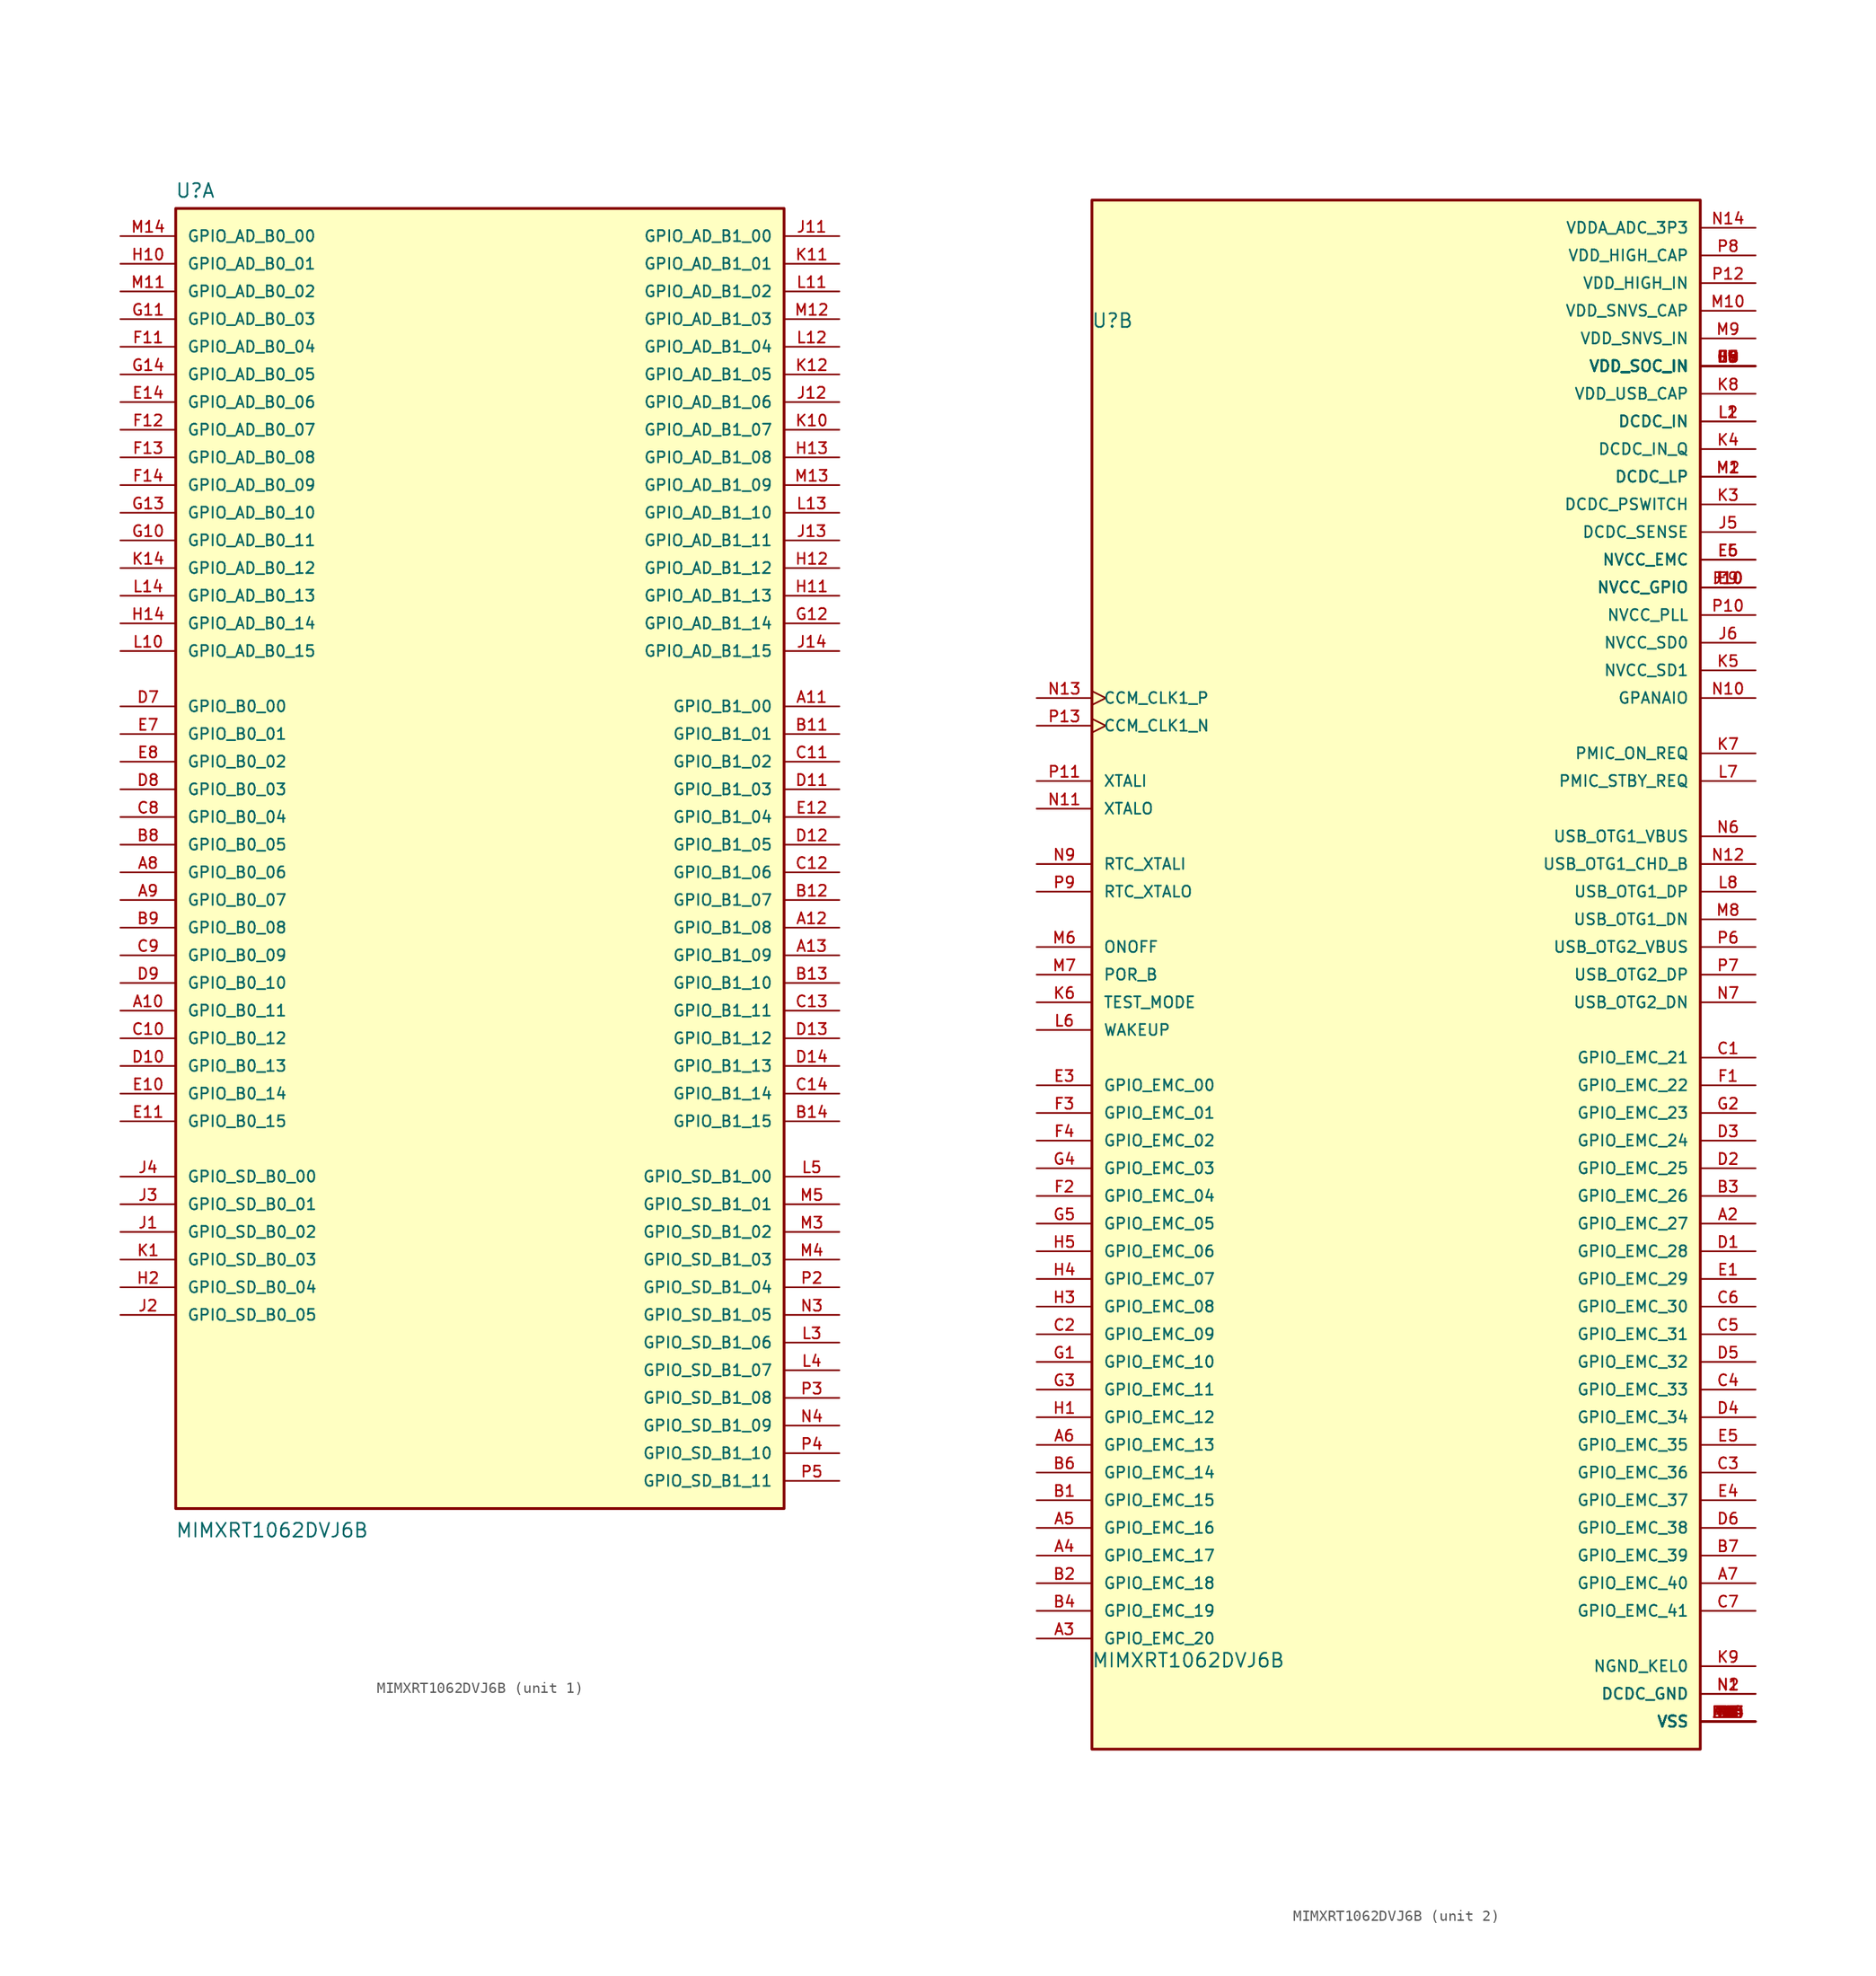
<source format=kicad_sym>
(kicad_symbol_lib
  (version 20211014)
  (generator kicad_symbol_editor)
  (symbol "MIMXRT1062DVJ6B"
    (pin_names
      (offset 1.016))
    (property "Reference" "U"
      (at -28.001 59.312 0)
      (effects (font (size 1.27 1.27)) (justify bottom left)))
    (property "Value" "MIMXRT1062DVJ6B"
      (at -27.986 -63.702 0)
      (effects (font (size 1.27 1.27)) (justify bottom left)))
    (symbol "MIMXRT1062DVJ6B_1_0"
      (rectangle (start -27.94 -60.96) (end 27.94 58.42) (stroke (width 0.254)) (fill (type background)))
      (pin bidirectional line (at -33.02 55.88 0) (length 5.08) (name "GPIO_AD_B0_00" (effects (font (size 1.016 1.016)))) (number "M14" (effects (font (size 1.016 1.016)))))
      (pin bidirectional line (at -33.02 53.34 0) (length 5.08) (name "GPIO_AD_B0_01" (effects (font (size 1.016 1.016)))) (number "H10" (effects (font (size 1.016 1.016)))))
      (pin bidirectional line (at -33.02 50.8 0) (length 5.08) (name "GPIO_AD_B0_02" (effects (font (size 1.016 1.016)))) (number "M11" (effects (font (size 1.016 1.016)))))
      (pin bidirectional line (at -33.02 48.26 0) (length 5.08) (name "GPIO_AD_B0_03" (effects (font (size 1.016 1.016)))) (number "G11" (effects (font (size 1.016 1.016)))))
      (pin bidirectional line (at -33.02 45.72 0) (length 5.08) (name "GPIO_AD_B0_04" (effects (font (size 1.016 1.016)))) (number "F11" (effects (font (size 1.016 1.016)))))
      (pin bidirectional line (at -33.02 43.18 0) (length 5.08) (name "GPIO_AD_B0_05" (effects (font (size 1.016 1.016)))) (number "G14" (effects (font (size 1.016 1.016)))))
      (pin bidirectional line (at -33.02 40.64 0) (length 5.08) (name "GPIO_AD_B0_06" (effects (font (size 1.016 1.016)))) (number "E14" (effects (font (size 1.016 1.016)))))
      (pin bidirectional line (at -33.02 38.1 0) (length 5.08) (name "GPIO_AD_B0_07" (effects (font (size 1.016 1.016)))) (number "F12" (effects (font (size 1.016 1.016)))))
      (pin bidirectional line (at -33.02 35.56 0) (length 5.08) (name "GPIO_AD_B0_08" (effects (font (size 1.016 1.016)))) (number "F13" (effects (font (size 1.016 1.016)))))
      (pin bidirectional line (at -33.02 33.02 0) (length 5.08) (name "GPIO_AD_B0_09" (effects (font (size 1.016 1.016)))) (number "F14" (effects (font (size 1.016 1.016)))))
      (pin bidirectional line (at -33.02 30.48 0) (length 5.08) (name "GPIO_AD_B0_10" (effects (font (size 1.016 1.016)))) (number "G13" (effects (font (size 1.016 1.016)))))
      (pin bidirectional line (at -33.02 27.94 0) (length 5.08) (name "GPIO_AD_B0_11" (effects (font (size 1.016 1.016)))) (number "G10" (effects (font (size 1.016 1.016)))))
      (pin bidirectional line (at -33.02 25.4 0) (length 5.08) (name "GPIO_AD_B0_12" (effects (font (size 1.016 1.016)))) (number "K14" (effects (font (size 1.016 1.016)))))
      (pin bidirectional line (at -33.02 22.86 0) (length 5.08) (name "GPIO_AD_B0_13" (effects (font (size 1.016 1.016)))) (number "L14" (effects (font (size 1.016 1.016)))))
      (pin bidirectional line (at -33.02 20.32 0) (length 5.08) (name "GPIO_AD_B0_14" (effects (font (size 1.016 1.016)))) (number "H14" (effects (font (size 1.016 1.016)))))
      (pin bidirectional line (at -33.02 17.78 0) (length 5.08) (name "GPIO_AD_B0_15" (effects (font (size 1.016 1.016)))) (number "L10" (effects (font (size 1.016 1.016)))))
      (pin bidirectional line (at 33.02 55.88 180.0) (length 5.08) (name "GPIO_AD_B1_00" (effects (font (size 1.016 1.016)))) (number "J11" (effects (font (size 1.016 1.016)))))
      (pin bidirectional line (at 33.02 53.34 180.0) (length 5.08) (name "GPIO_AD_B1_01" (effects (font (size 1.016 1.016)))) (number "K11" (effects (font (size 1.016 1.016)))))
      (pin bidirectional line (at 33.02 50.8 180.0) (length 5.08) (name "GPIO_AD_B1_02" (effects (font (size 1.016 1.016)))) (number "L11" (effects (font (size 1.016 1.016)))))
      (pin bidirectional line (at 33.02 48.26 180.0) (length 5.08) (name "GPIO_AD_B1_03" (effects (font (size 1.016 1.016)))) (number "M12" (effects (font (size 1.016 1.016)))))
      (pin bidirectional line (at 33.02 45.72 180.0) (length 5.08) (name "GPIO_AD_B1_04" (effects (font (size 1.016 1.016)))) (number "L12" (effects (font (size 1.016 1.016)))))
      (pin bidirectional line (at 33.02 43.18 180.0) (length 5.08) (name "GPIO_AD_B1_05" (effects (font (size 1.016 1.016)))) (number "K12" (effects (font (size 1.016 1.016)))))
      (pin bidirectional line (at 33.02 40.64 180.0) (length 5.08) (name "GPIO_AD_B1_06" (effects (font (size 1.016 1.016)))) (number "J12" (effects (font (size 1.016 1.016)))))
      (pin bidirectional line (at 33.02 38.1 180.0) (length 5.08) (name "GPIO_AD_B1_07" (effects (font (size 1.016 1.016)))) (number "K10" (effects (font (size 1.016 1.016)))))
      (pin bidirectional line (at 33.02 35.56 180.0) (length 5.08) (name "GPIO_AD_B1_08" (effects (font (size 1.016 1.016)))) (number "H13" (effects (font (size 1.016 1.016)))))
      (pin bidirectional line (at 33.02 33.02 180.0) (length 5.08) (name "GPIO_AD_B1_09" (effects (font (size 1.016 1.016)))) (number "M13" (effects (font (size 1.016 1.016)))))
      (pin bidirectional line (at 33.02 30.48 180.0) (length 5.08) (name "GPIO_AD_B1_10" (effects (font (size 1.016 1.016)))) (number "L13" (effects (font (size 1.016 1.016)))))
      (pin bidirectional line (at 33.02 27.94 180.0) (length 5.08) (name "GPIO_AD_B1_11" (effects (font (size 1.016 1.016)))) (number "J13" (effects (font (size 1.016 1.016)))))
      (pin bidirectional line (at 33.02 25.4 180.0) (length 5.08) (name "GPIO_AD_B1_12" (effects (font (size 1.016 1.016)))) (number "H12" (effects (font (size 1.016 1.016)))))
      (pin bidirectional line (at 33.02 22.86 180.0) (length 5.08) (name "GPIO_AD_B1_13" (effects (font (size 1.016 1.016)))) (number "H11" (effects (font (size 1.016 1.016)))))
      (pin bidirectional line (at 33.02 20.32 180.0) (length 5.08) (name "GPIO_AD_B1_14" (effects (font (size 1.016 1.016)))) (number "G12" (effects (font (size 1.016 1.016)))))
      (pin bidirectional line (at 33.02 17.78 180.0) (length 5.08) (name "GPIO_AD_B1_15" (effects (font (size 1.016 1.016)))) (number "J14" (effects (font (size 1.016 1.016)))))
      (pin bidirectional line (at -33.02 12.7 0) (length 5.08) (name "GPIO_B0_00" (effects (font (size 1.016 1.016)))) (number "D7" (effects (font (size 1.016 1.016)))))
      (pin bidirectional line (at -33.02 10.16 0) (length 5.08) (name "GPIO_B0_01" (effects (font (size 1.016 1.016)))) (number "E7" (effects (font (size 1.016 1.016)))))
      (pin bidirectional line (at -33.02 7.62 0) (length 5.08) (name "GPIO_B0_02" (effects (font (size 1.016 1.016)))) (number "E8" (effects (font (size 1.016 1.016)))))
      (pin bidirectional line (at -33.02 5.08 0) (length 5.08) (name "GPIO_B0_03" (effects (font (size 1.016 1.016)))) (number "D8" (effects (font (size 1.016 1.016)))))
      (pin bidirectional line (at -33.02 2.54 0) (length 5.08) (name "GPIO_B0_04" (effects (font (size 1.016 1.016)))) (number "C8" (effects (font (size 1.016 1.016)))))
      (pin bidirectional line (at -33.02 0.0 0) (length 5.08) (name "GPIO_B0_05" (effects (font (size 1.016 1.016)))) (number "B8" (effects (font (size 1.016 1.016)))))
      (pin bidirectional line (at -33.02 -2.54 0) (length 5.08) (name "GPIO_B0_06" (effects (font (size 1.016 1.016)))) (number "A8" (effects (font (size 1.016 1.016)))))
      (pin bidirectional line (at -33.02 -5.08 0) (length 5.08) (name "GPIO_B0_07" (effects (font (size 1.016 1.016)))) (number "A9" (effects (font (size 1.016 1.016)))))
      (pin bidirectional line (at -33.02 -7.62 0) (length 5.08) (name "GPIO_B0_08" (effects (font (size 1.016 1.016)))) (number "B9" (effects (font (size 1.016 1.016)))))
      (pin bidirectional line (at -33.02 -10.16 0) (length 5.08) (name "GPIO_B0_09" (effects (font (size 1.016 1.016)))) (number "C9" (effects (font (size 1.016 1.016)))))
      (pin bidirectional line (at -33.02 -12.7 0) (length 5.08) (name "GPIO_B0_10" (effects (font (size 1.016 1.016)))) (number "D9" (effects (font (size 1.016 1.016)))))
      (pin bidirectional line (at -33.02 -15.24 0) (length 5.08) (name "GPIO_B0_11" (effects (font (size 1.016 1.016)))) (number "A10" (effects (font (size 1.016 1.016)))))
      (pin bidirectional line (at -33.02 -17.78 0) (length 5.08) (name "GPIO_B0_12" (effects (font (size 1.016 1.016)))) (number "C10" (effects (font (size 1.016 1.016)))))
      (pin bidirectional line (at -33.02 -20.32 0) (length 5.08) (name "GPIO_B0_13" (effects (font (size 1.016 1.016)))) (number "D10" (effects (font (size 1.016 1.016)))))
      (pin bidirectional line (at -33.02 -22.86 0) (length 5.08) (name "GPIO_B0_14" (effects (font (size 1.016 1.016)))) (number "E10" (effects (font (size 1.016 1.016)))))
      (pin bidirectional line (at -33.02 -25.4 0) (length 5.08) (name "GPIO_B0_15" (effects (font (size 1.016 1.016)))) (number "E11" (effects (font (size 1.016 1.016)))))
      (pin bidirectional line (at 33.02 12.7 180.0) (length 5.08) (name "GPIO_B1_00" (effects (font (size 1.016 1.016)))) (number "A11" (effects (font (size 1.016 1.016)))))
      (pin bidirectional line (at 33.02 10.16 180.0) (length 5.08) (name "GPIO_B1_01" (effects (font (size 1.016 1.016)))) (number "B11" (effects (font (size 1.016 1.016)))))
      (pin bidirectional line (at 33.02 7.62 180.0) (length 5.08) (name "GPIO_B1_02" (effects (font (size 1.016 1.016)))) (number "C11" (effects (font (size 1.016 1.016)))))
      (pin bidirectional line (at 33.02 5.08 180.0) (length 5.08) (name "GPIO_B1_03" (effects (font (size 1.016 1.016)))) (number "D11" (effects (font (size 1.016 1.016)))))
      (pin bidirectional line (at 33.02 2.54 180.0) (length 5.08) (name "GPIO_B1_04" (effects (font (size 1.016 1.016)))) (number "E12" (effects (font (size 1.016 1.016)))))
      (pin bidirectional line (at 33.02 0.0 180.0) (length 5.08) (name "GPIO_B1_05" (effects (font (size 1.016 1.016)))) (number "D12" (effects (font (size 1.016 1.016)))))
      (pin bidirectional line (at 33.02 -2.54 180.0) (length 5.08) (name "GPIO_B1_06" (effects (font (size 1.016 1.016)))) (number "C12" (effects (font (size 1.016 1.016)))))
      (pin bidirectional line (at 33.02 -5.08 180.0) (length 5.08) (name "GPIO_B1_07" (effects (font (size 1.016 1.016)))) (number "B12" (effects (font (size 1.016 1.016)))))
      (pin bidirectional line (at 33.02 -7.62 180.0) (length 5.08) (name "GPIO_B1_08" (effects (font (size 1.016 1.016)))) (number "A12" (effects (font (size 1.016 1.016)))))
      (pin bidirectional line (at 33.02 -10.16 180.0) (length 5.08) (name "GPIO_B1_09" (effects (font (size 1.016 1.016)))) (number "A13" (effects (font (size 1.016 1.016)))))
      (pin bidirectional line (at 33.02 -12.7 180.0) (length 5.08) (name "GPIO_B1_10" (effects (font (size 1.016 1.016)))) (number "B13" (effects (font (size 1.016 1.016)))))
      (pin bidirectional line (at 33.02 -15.24 180.0) (length 5.08) (name "GPIO_B1_11" (effects (font (size 1.016 1.016)))) (number "C13" (effects (font (size 1.016 1.016)))))
      (pin bidirectional line (at 33.02 -17.78 180.0) (length 5.08) (name "GPIO_B1_12" (effects (font (size 1.016 1.016)))) (number "D13" (effects (font (size 1.016 1.016)))))
      (pin bidirectional line (at 33.02 -20.32 180.0) (length 5.08) (name "GPIO_B1_13" (effects (font (size 1.016 1.016)))) (number "D14" (effects (font (size 1.016 1.016)))))
      (pin bidirectional line (at 33.02 -22.86 180.0) (length 5.08) (name "GPIO_B1_14" (effects (font (size 1.016 1.016)))) (number "C14" (effects (font (size 1.016 1.016)))))
      (pin bidirectional line (at 33.02 -25.4 180.0) (length 5.08) (name "GPIO_B1_15" (effects (font (size 1.016 1.016)))) (number "B14" (effects (font (size 1.016 1.016)))))
      (pin bidirectional line (at -33.02 -30.48 0) (length 5.08) (name "GPIO_SD_B0_00" (effects (font (size 1.016 1.016)))) (number "J4" (effects (font (size 1.016 1.016)))))
      (pin bidirectional line (at -33.02 -33.02 0) (length 5.08) (name "GPIO_SD_B0_01" (effects (font (size 1.016 1.016)))) (number "J3" (effects (font (size 1.016 1.016)))))
      (pin bidirectional line (at -33.02 -35.56 0) (length 5.08) (name "GPIO_SD_B0_02" (effects (font (size 1.016 1.016)))) (number "J1" (effects (font (size 1.016 1.016)))))
      (pin bidirectional line (at -33.02 -38.1 0) (length 5.08) (name "GPIO_SD_B0_03" (effects (font (size 1.016 1.016)))) (number "K1" (effects (font (size 1.016 1.016)))))
      (pin bidirectional line (at -33.02 -40.64 0) (length 5.08) (name "GPIO_SD_B0_04" (effects (font (size 1.016 1.016)))) (number "H2" (effects (font (size 1.016 1.016)))))
      (pin bidirectional line (at -33.02 -43.18 0) (length 5.08) (name "GPIO_SD_B0_05" (effects (font (size 1.016 1.016)))) (number "J2" (effects (font (size 1.016 1.016)))))
      (pin bidirectional line (at 33.02 -30.48 180.0) (length 5.08) (name "GPIO_SD_B1_00" (effects (font (size 1.016 1.016)))) (number "L5" (effects (font (size 1.016 1.016)))))
      (pin bidirectional line (at 33.02 -33.02 180.0) (length 5.08) (name "GPIO_SD_B1_01" (effects (font (size 1.016 1.016)))) (number "M5" (effects (font (size 1.016 1.016)))))
      (pin bidirectional line (at 33.02 -35.56 180.0) (length 5.08) (name "GPIO_SD_B1_02" (effects (font (size 1.016 1.016)))) (number "M3" (effects (font (size 1.016 1.016)))))
      (pin bidirectional line (at 33.02 -38.1 180.0) (length 5.08) (name "GPIO_SD_B1_03" (effects (font (size 1.016 1.016)))) (number "M4" (effects (font (size 1.016 1.016)))))
      (pin bidirectional line (at 33.02 -40.64 180.0) (length 5.08) (name "GPIO_SD_B1_04" (effects (font (size 1.016 1.016)))) (number "P2" (effects (font (size 1.016 1.016)))))
      (pin bidirectional line (at 33.02 -43.18 180.0) (length 5.08) (name "GPIO_SD_B1_05" (effects (font (size 1.016 1.016)))) (number "N3" (effects (font (size 1.016 1.016)))))
      (pin bidirectional line (at 33.02 -45.72 180.0) (length 5.08) (name "GPIO_SD_B1_06" (effects (font (size 1.016 1.016)))) (number "L3" (effects (font (size 1.016 1.016)))))
      (pin bidirectional line (at 33.02 -48.26 180.0) (length 5.08) (name "GPIO_SD_B1_07" (effects (font (size 1.016 1.016)))) (number "L4" (effects (font (size 1.016 1.016)))))
      (pin bidirectional line (at 33.02 -50.8 180.0) (length 5.08) (name "GPIO_SD_B1_08" (effects (font (size 1.016 1.016)))) (number "P3" (effects (font (size 1.016 1.016)))))
      (pin bidirectional line (at 33.02 -53.34 180.0) (length 5.08) (name "GPIO_SD_B1_09" (effects (font (size 1.016 1.016)))) (number "N4" (effects (font (size 1.016 1.016)))))
      (pin bidirectional line (at 33.02 -55.88 180.0) (length 5.08) (name "GPIO_SD_B1_10" (effects (font (size 1.016 1.016)))) (number "P4" (effects (font (size 1.016 1.016)))))
      (pin bidirectional line (at 33.02 -58.42 180.0) (length 5.08) (name "GPIO_SD_B1_11" (effects (font (size 1.016 1.016)))) (number "P5" (effects (font (size 1.016 1.016))))))
    (symbol "MIMXRT1062DVJ6B_2_0"
      (rectangle (start -27.94 -71.12) (end 27.94 71.12) (stroke (width 0.254)) (fill (type background)))
      (pin power_in line (at 33.02 33.02 180.0) (length 5.08) (name "NVCC_PLL" (effects (font (size 1.016 1.016)))) (number "P10" (effects (font (size 1.016 1.016)))))
      (pin power_in line (at 33.02 35.56 180.0) (length 5.08) (name "NVCC_GPIO" (effects (font (size 1.016 1.016)))) (number "E9" (effects (font (size 1.016 1.016)))))
      (pin power_in line (at 33.02 35.56 180.0) (length 5.08) (name "NVCC_GPIO" (effects (font (size 1.016 1.016)))) (number "F10" (effects (font (size 1.016 1.016)))))
      (pin power_in line (at 33.02 35.56 180.0) (length 5.08) (name "NVCC_GPIO" (effects (font (size 1.016 1.016)))) (number "J10" (effects (font (size 1.016 1.016)))))
      (pin power_in line (at 33.02 -63.5 180.0) (length 5.08) (name "NGND_KEL0" (effects (font (size 1.016 1.016)))) (number "K9" (effects (font (size 1.016 1.016)))))
      (pin power_in line (at 33.02 38.1 180.0) (length 5.08) (name "NVCC_EMC" (effects (font (size 1.016 1.016)))) (number "E6" (effects (font (size 1.016 1.016)))))
      (pin power_in line (at 33.02 38.1 180.0) (length 5.08) (name "NVCC_EMC" (effects (font (size 1.016 1.016)))) (number "F5" (effects (font (size 1.016 1.016)))))
      (pin power_in line (at 33.02 25.4 180.0) (length 5.08) (name "GPANAIO" (effects (font (size 1.016 1.016)))) (number "N10" (effects (font (size 1.016 1.016)))))
      (pin power_in line (at 33.02 40.64 180.0) (length 5.08) (name "DCDC_SENSE" (effects (font (size 1.016 1.016)))) (number "J5" (effects (font (size 1.016 1.016)))))
      (pin power_in line (at 33.02 43.18 180.0) (length 5.08) (name "DCDC_PSWITCH" (effects (font (size 1.016 1.016)))) (number "K3" (effects (font (size 1.016 1.016)))))
      (pin power_in line (at 33.02 45.72 180.0) (length 5.08) (name "DCDC_LP" (effects (font (size 1.016 1.016)))) (number "M1" (effects (font (size 1.016 1.016)))))
      (pin power_in line (at 33.02 45.72 180.0) (length 5.08) (name "DCDC_LP" (effects (font (size 1.016 1.016)))) (number "M2" (effects (font (size 1.016 1.016)))))
      (pin power_in line (at 33.02 -66.04 180.0) (length 5.08) (name "DCDC_GND" (effects (font (size 1.016 1.016)))) (number "N1" (effects (font (size 1.016 1.016)))))
      (pin power_in line (at 33.02 -66.04 180.0) (length 5.08) (name "DCDC_GND" (effects (font (size 1.016 1.016)))) (number "N2" (effects (font (size 1.016 1.016)))))
      (pin power_in line (at 33.02 48.26 180.0) (length 5.08) (name "DCDC_IN_Q" (effects (font (size 1.016 1.016)))) (number "K4" (effects (font (size 1.016 1.016)))))
      (pin power_in line (at 33.02 50.8 180.0) (length 5.08) (name "DCDC_IN" (effects (font (size 1.016 1.016)))) (number "L1" (effects (font (size 1.016 1.016)))))
      (pin power_in line (at 33.02 50.8 180.0) (length 5.08) (name "DCDC_IN" (effects (font (size 1.016 1.016)))) (number "L2" (effects (font (size 1.016 1.016)))))
      (pin power_in line (at 33.02 30.48 180.0) (length 5.08) (name "NVCC_SD0" (effects (font (size 1.016 1.016)))) (number "J6" (effects (font (size 1.016 1.016)))))
      (pin power_in line (at 33.02 27.94 180.0) (length 5.08) (name "NVCC_SD1" (effects (font (size 1.016 1.016)))) (number "K5" (effects (font (size 1.016 1.016)))))
      (pin power_in line (at 33.02 68.58 180.0) (length 5.08) (name "VDDA_ADC_3P3" (effects (font (size 1.016 1.016)))) (number "N14" (effects (font (size 1.016 1.016)))))
      (pin power_in line (at 33.02 66.04 180.0) (length 5.08) (name "VDD_HIGH_CAP" (effects (font (size 1.016 1.016)))) (number "P8" (effects (font (size 1.016 1.016)))))
      (pin power_in line (at 33.02 63.5 180.0) (length 5.08) (name "VDD_HIGH_IN" (effects (font (size 1.016 1.016)))) (number "P12" (effects (font (size 1.016 1.016)))))
      (pin power_in line (at 33.02 60.96 180.0) (length 5.08) (name "VDD_SNVS_CAP" (effects (font (size 1.016 1.016)))) (number "M10" (effects (font (size 1.016 1.016)))))
      (pin power_in line (at 33.02 58.42 180.0) (length 5.08) (name "VDD_SNVS_IN" (effects (font (size 1.016 1.016)))) (number "M9" (effects (font (size 1.016 1.016)))))
      (pin power_in line (at 33.02 55.88 180.0) (length 5.08) (name "VDD_SOC_IN" (effects (font (size 1.016 1.016)))) (number "F6" (effects (font (size 1.016 1.016)))))
      (pin power_in line (at 33.02 55.88 180.0) (length 5.08) (name "VDD_SOC_IN" (effects (font (size 1.016 1.016)))) (number "F7" (effects (font (size 1.016 1.016)))))
      (pin power_in line (at 33.02 55.88 180.0) (length 5.08) (name "VDD_SOC_IN" (effects (font (size 1.016 1.016)))) (number "F8" (effects (font (size 1.016 1.016)))))
      (pin power_in line (at 33.02 55.88 180.0) (length 5.08) (name "VDD_SOC_IN" (effects (font (size 1.016 1.016)))) (number "F9" (effects (font (size 1.016 1.016)))))
      (pin power_in line (at 33.02 55.88 180.0) (length 5.08) (name "VDD_SOC_IN" (effects (font (size 1.016 1.016)))) (number "G6" (effects (font (size 1.016 1.016)))))
      (pin power_in line (at 33.02 55.88 180.0) (length 5.08) (name "VDD_SOC_IN" (effects (font (size 1.016 1.016)))) (number "G9" (effects (font (size 1.016 1.016)))))
      (pin power_in line (at 33.02 55.88 180.0) (length 5.08) (name "VDD_SOC_IN" (effects (font (size 1.016 1.016)))) (number "H6" (effects (font (size 1.016 1.016)))))
      (pin power_in line (at 33.02 55.88 180.0) (length 5.08) (name "VDD_SOC_IN" (effects (font (size 1.016 1.016)))) (number "H9" (effects (font (size 1.016 1.016)))))
      (pin power_in line (at 33.02 55.88 180.0) (length 5.08) (name "VDD_SOC_IN" (effects (font (size 1.016 1.016)))) (number "J9" (effects (font (size 1.016 1.016)))))
      (pin power_in line (at 33.02 53.34 180.0) (length 5.08) (name "VDD_USB_CAP" (effects (font (size 1.016 1.016)))) (number "K8" (effects (font (size 1.016 1.016)))))
      (pin power_in line (at 33.02 -68.58 180.0) (length 5.08) (name "VSS" (effects (font (size 1.016 1.016)))) (number "A1" (effects (font (size 1.016 1.016)))))
      (pin power_in line (at 33.02 -68.58 180.0) (length 5.08) (name "VSS" (effects (font (size 1.016 1.016)))) (number "A14" (effects (font (size 1.016 1.016)))))
      (pin power_in line (at 33.02 -68.58 180.0) (length 5.08) (name "VSS" (effects (font (size 1.016 1.016)))) (number "B5" (effects (font (size 1.016 1.016)))))
      (pin power_in line (at 33.02 -68.58 180.0) (length 5.08) (name "VSS" (effects (font (size 1.016 1.016)))) (number "B10" (effects (font (size 1.016 1.016)))))
      (pin power_in line (at 33.02 -68.58 180.0) (length 5.08) (name "VSS" (effects (font (size 1.016 1.016)))) (number "E2" (effects (font (size 1.016 1.016)))))
      (pin power_in line (at 33.02 -68.58 180.0) (length 5.08) (name "VSS" (effects (font (size 1.016 1.016)))) (number "E13" (effects (font (size 1.016 1.016)))))
      (pin power_in line (at 33.02 -68.58 180.0) (length 5.08) (name "VSS" (effects (font (size 1.016 1.016)))) (number "G7" (effects (font (size 1.016 1.016)))))
      (pin power_in line (at 33.02 -68.58 180.0) (length 5.08) (name "VSS" (effects (font (size 1.016 1.016)))) (number "G8" (effects (font (size 1.016 1.016)))))
      (pin power_in line (at 33.02 -68.58 180.0) (length 5.08) (name "VSS" (effects (font (size 1.016 1.016)))) (number "H7" (effects (font (size 1.016 1.016)))))
      (pin power_in line (at 33.02 -68.58 180.0) (length 5.08) (name "VSS" (effects (font (size 1.016 1.016)))) (number "H8" (effects (font (size 1.016 1.016)))))
      (pin power_in line (at 33.02 -68.58 180.0) (length 5.08) (name "VSS" (effects (font (size 1.016 1.016)))) (number "J7" (effects (font (size 1.016 1.016)))))
      (pin power_in line (at 33.02 -68.58 180.0) (length 5.08) (name "VSS" (effects (font (size 1.016 1.016)))) (number "J8" (effects (font (size 1.016 1.016)))))
      (pin power_in line (at 33.02 -68.58 180.0) (length 5.08) (name "VSS" (effects (font (size 1.016 1.016)))) (number "K2" (effects (font (size 1.016 1.016)))))
      (pin power_in line (at 33.02 -68.58 180.0) (length 5.08) (name "VSS" (effects (font (size 1.016 1.016)))) (number "K13" (effects (font (size 1.016 1.016)))))
      (pin power_in line (at 33.02 -68.58 180.0) (length 5.08) (name "VSS" (effects (font (size 1.016 1.016)))) (number "L9" (effects (font (size 1.016 1.016)))))
      (pin power_in line (at 33.02 -68.58 180.0) (length 5.08) (name "VSS" (effects (font (size 1.016 1.016)))) (number "N5" (effects (font (size 1.016 1.016)))))
      (pin power_in line (at 33.02 -68.58 180.0) (length 5.08) (name "VSS" (effects (font (size 1.016 1.016)))) (number "N8" (effects (font (size 1.016 1.016)))))
      (pin power_in line (at 33.02 -68.58 180.0) (length 5.08) (name "VSS" (effects (font (size 1.016 1.016)))) (number "P1" (effects (font (size 1.016 1.016)))))
      (pin power_in line (at 33.02 -68.58 180.0) (length 5.08) (name "VSS" (effects (font (size 1.016 1.016)))) (number "P14" (effects (font (size 1.016 1.016)))))
      (pin input clock (at -33.02 22.86 0) (length 5.08) (name "CCM_CLK1_N" (effects (font (size 1.016 1.016)))) (number "P13" (effects (font (size 1.016 1.016)))))
      (pin input clock (at -33.02 25.4 0) (length 5.08) (name "CCM_CLK1_P" (effects (font (size 1.016 1.016)))) (number "N13" (effects (font (size 1.016 1.016)))))
      (pin bidirectional line (at -33.02 -10.16 0) (length 5.08) (name "GPIO_EMC_00" (effects (font (size 1.016 1.016)))) (number "E3" (effects (font (size 1.016 1.016)))))
      (pin bidirectional line (at -33.02 -12.7 0) (length 5.08) (name "GPIO_EMC_01" (effects (font (size 1.016 1.016)))) (number "F3" (effects (font (size 1.016 1.016)))))
      (pin bidirectional line (at -33.02 -15.24 0) (length 5.08) (name "GPIO_EMC_02" (effects (font (size 1.016 1.016)))) (number "F4" (effects (font (size 1.016 1.016)))))
      (pin bidirectional line (at -33.02 -17.78 0) (length 5.08) (name "GPIO_EMC_03" (effects (font (size 1.016 1.016)))) (number "G4" (effects (font (size 1.016 1.016)))))
      (pin bidirectional line (at -33.02 -20.32 0) (length 5.08) (name "GPIO_EMC_04" (effects (font (size 1.016 1.016)))) (number "F2" (effects (font (size 1.016 1.016)))))
      (pin bidirectional line (at -33.02 -22.86 0) (length 5.08) (name "GPIO_EMC_05" (effects (font (size 1.016 1.016)))) (number "G5" (effects (font (size 1.016 1.016)))))
      (pin bidirectional line (at -33.02 -25.4 0) (length 5.08) (name "GPIO_EMC_06" (effects (font (size 1.016 1.016)))) (number "H5" (effects (font (size 1.016 1.016)))))
      (pin bidirectional line (at -33.02 -27.94 0) (length 5.08) (name "GPIO_EMC_07" (effects (font (size 1.016 1.016)))) (number "H4" (effects (font (size 1.016 1.016)))))
      (pin bidirectional line (at -33.02 -30.48 0) (length 5.08) (name "GPIO_EMC_08" (effects (font (size 1.016 1.016)))) (number "H3" (effects (font (size 1.016 1.016)))))
      (pin bidirectional line (at -33.02 -33.02 0) (length 5.08) (name "GPIO_EMC_09" (effects (font (size 1.016 1.016)))) (number "C2" (effects (font (size 1.016 1.016)))))
      (pin bidirectional line (at -33.02 -35.56 0) (length 5.08) (name "GPIO_EMC_10" (effects (font (size 1.016 1.016)))) (number "G1" (effects (font (size 1.016 1.016)))))
      (pin bidirectional line (at -33.02 -38.1 0) (length 5.08) (name "GPIO_EMC_11" (effects (font (size 1.016 1.016)))) (number "G3" (effects (font (size 1.016 1.016)))))
      (pin bidirectional line (at -33.02 -40.64 0) (length 5.08) (name "GPIO_EMC_12" (effects (font (size 1.016 1.016)))) (number "H1" (effects (font (size 1.016 1.016)))))
      (pin bidirectional line (at -33.02 -43.18 0) (length 5.08) (name "GPIO_EMC_13" (effects (font (size 1.016 1.016)))) (number "A6" (effects (font (size 1.016 1.016)))))
      (pin bidirectional line (at -33.02 -45.72 0) (length 5.08) (name "GPIO_EMC_14" (effects (font (size 1.016 1.016)))) (number "B6" (effects (font (size 1.016 1.016)))))
      (pin bidirectional line (at -33.02 -48.26 0) (length 5.08) (name "GPIO_EMC_15" (effects (font (size 1.016 1.016)))) (number "B1" (effects (font (size 1.016 1.016)))))
      (pin bidirectional line (at -33.02 -50.8 0) (length 5.08) (name "GPIO_EMC_16" (effects (font (size 1.016 1.016)))) (number "A5" (effects (font (size 1.016 1.016)))))
      (pin bidirectional line (at -33.02 -53.34 0) (length 5.08) (name "GPIO_EMC_17" (effects (font (size 1.016 1.016)))) (number "A4" (effects (font (size 1.016 1.016)))))
      (pin bidirectional line (at -33.02 -55.88 0) (length 5.08) (name "GPIO_EMC_18" (effects (font (size 1.016 1.016)))) (number "B2" (effects (font (size 1.016 1.016)))))
      (pin bidirectional line (at -33.02 -58.42 0) (length 5.08) (name "GPIO_EMC_19" (effects (font (size 1.016 1.016)))) (number "B4" (effects (font (size 1.016 1.016)))))
      (pin bidirectional line (at -33.02 -60.96 0) (length 5.08) (name "GPIO_EMC_20" (effects (font (size 1.016 1.016)))) (number "A3" (effects (font (size 1.016 1.016)))))
      (pin bidirectional line (at 33.02 -7.62 180.0) (length 5.08) (name "GPIO_EMC_21" (effects (font (size 1.016 1.016)))) (number "C1" (effects (font (size 1.016 1.016)))))
      (pin bidirectional line (at 33.02 -10.16 180.0) (length 5.08) (name "GPIO_EMC_22" (effects (font (size 1.016 1.016)))) (number "F1" (effects (font (size 1.016 1.016)))))
      (pin bidirectional line (at 33.02 -12.7 180.0) (length 5.08) (name "GPIO_EMC_23" (effects (font (size 1.016 1.016)))) (number "G2" (effects (font (size 1.016 1.016)))))
      (pin bidirectional line (at 33.02 -15.24 180.0) (length 5.08) (name "GPIO_EMC_24" (effects (font (size 1.016 1.016)))) (number "D3" (effects (font (size 1.016 1.016)))))
      (pin bidirectional line (at 33.02 -17.78 180.0) (length 5.08) (name "GPIO_EMC_25" (effects (font (size 1.016 1.016)))) (number "D2" (effects (font (size 1.016 1.016)))))
      (pin bidirectional line (at 33.02 -20.32 180.0) (length 5.08) (name "GPIO_EMC_26" (effects (font (size 1.016 1.016)))) (number "B3" (effects (font (size 1.016 1.016)))))
      (pin bidirectional line (at 33.02 -22.86 180.0) (length 5.08) (name "GPIO_EMC_27" (effects (font (size 1.016 1.016)))) (number "A2" (effects (font (size 1.016 1.016)))))
      (pin bidirectional line (at 33.02 -25.4 180.0) (length 5.08) (name "GPIO_EMC_28" (effects (font (size 1.016 1.016)))) (number "D1" (effects (font (size 1.016 1.016)))))
      (pin bidirectional line (at 33.02 -27.94 180.0) (length 5.08) (name "GPIO_EMC_29" (effects (font (size 1.016 1.016)))) (number "E1" (effects (font (size 1.016 1.016)))))
      (pin bidirectional line (at 33.02 -30.48 180.0) (length 5.08) (name "GPIO_EMC_30" (effects (font (size 1.016 1.016)))) (number "C6" (effects (font (size 1.016 1.016)))))
      (pin bidirectional line (at 33.02 -33.02 180.0) (length 5.08) (name "GPIO_EMC_31" (effects (font (size 1.016 1.016)))) (number "C5" (effects (font (size 1.016 1.016)))))
      (pin bidirectional line (at 33.02 -35.56 180.0) (length 5.08) (name "GPIO_EMC_32" (effects (font (size 1.016 1.016)))) (number "D5" (effects (font (size 1.016 1.016)))))
      (pin bidirectional line (at 33.02 -38.1 180.0) (length 5.08) (name "GPIO_EMC_33" (effects (font (size 1.016 1.016)))) (number "C4" (effects (font (size 1.016 1.016)))))
      (pin bidirectional line (at 33.02 -40.64 180.0) (length 5.08) (name "GPIO_EMC_34" (effects (font (size 1.016 1.016)))) (number "D4" (effects (font (size 1.016 1.016)))))
      (pin bidirectional line (at 33.02 -43.18 180.0) (length 5.08) (name "GPIO_EMC_35" (effects (font (size 1.016 1.016)))) (number "E5" (effects (font (size 1.016 1.016)))))
      (pin bidirectional line (at 33.02 -45.72 180.0) (length 5.08) (name "GPIO_EMC_36" (effects (font (size 1.016 1.016)))) (number "C3" (effects (font (size 1.016 1.016)))))
      (pin bidirectional line (at 33.02 -48.26 180.0) (length 5.08) (name "GPIO_EMC_37" (effects (font (size 1.016 1.016)))) (number "E4" (effects (font (size 1.016 1.016)))))
      (pin bidirectional line (at 33.02 -50.8 180.0) (length 5.08) (name "GPIO_EMC_38" (effects (font (size 1.016 1.016)))) (number "D6" (effects (font (size 1.016 1.016)))))
      (pin bidirectional line (at 33.02 -53.34 180.0) (length 5.08) (name "GPIO_EMC_39" (effects (font (size 1.016 1.016)))) (number "B7" (effects (font (size 1.016 1.016)))))
      (pin bidirectional line (at 33.02 -55.88 180.0) (length 5.08) (name "GPIO_EMC_40" (effects (font (size 1.016 1.016)))) (number "A7" (effects (font (size 1.016 1.016)))))
      (pin bidirectional line (at 33.02 -58.42 180.0) (length 5.08) (name "GPIO_EMC_41" (effects (font (size 1.016 1.016)))) (number "C7" (effects (font (size 1.016 1.016)))))
      (pin bidirectional line (at -33.02 2.54 0) (length 5.08) (name "ONOFF" (effects (font (size 1.016 1.016)))) (number "M6" (effects (font (size 1.016 1.016)))))
      (pin bidirectional line (at -33.02 0.0 0) (length 5.08) (name "POR_B" (effects (font (size 1.016 1.016)))) (number "M7" (effects (font (size 1.016 1.016)))))
      (pin input line (at -33.02 10.16 0) (length 5.08) (name "RTC_XTALI" (effects (font (size 1.016 1.016)))) (number "N9" (effects (font (size 1.016 1.016)))))
      (pin bidirectional line (at -33.02 -2.54 0) (length 5.08) (name "TEST_MODE" (effects (font (size 1.016 1.016)))) (number "K6" (effects (font (size 1.016 1.016)))))
      (pin input line (at -33.02 17.78 0) (length 5.08) (name "XTALI" (effects (font (size 1.016 1.016)))) (number "P11" (effects (font (size 1.016 1.016)))))
      (pin bidirectional line (at -33.02 -5.08 0) (length 5.08) (name "WAKEUP" (effects (font (size 1.016 1.016)))) (number "L6" (effects (font (size 1.016 1.016)))))
      (pin output line (at -33.02 7.62 0) (length 5.08) (name "RTC_XTALO" (effects (font (size 1.016 1.016)))) (number "P9" (effects (font (size 1.016 1.016)))))
      (pin bidirectional line (at 33.02 17.78 180.0) (length 5.08) (name "PMIC_STBY_REQ" (effects (font (size 1.016 1.016)))) (number "L7" (effects (font (size 1.016 1.016)))))
      (pin bidirectional line (at 33.02 20.32 180.0) (length 5.08) (name "PMIC_ON_REQ" (effects (font (size 1.016 1.016)))) (number "K7" (effects (font (size 1.016 1.016)))))
      (pin output line (at -33.02 15.24 0) (length 5.08) (name "XTALO" (effects (font (size 1.016 1.016)))) (number "N11" (effects (font (size 1.016 1.016)))))
      (pin bidirectional line (at 33.02 10.16 180.0) (length 5.08) (name "USB_OTG1_CHD_B" (effects (font (size 1.016 1.016)))) (number "N12" (effects (font (size 1.016 1.016)))))
      (pin bidirectional line (at 33.02 5.08 180.0) (length 5.08) (name "USB_OTG1_DN" (effects (font (size 1.016 1.016)))) (number "M8" (effects (font (size 1.016 1.016)))))
      (pin bidirectional line (at 33.02 7.62 180.0) (length 5.08) (name "USB_OTG1_DP" (effects (font (size 1.016 1.016)))) (number "L8" (effects (font (size 1.016 1.016)))))
      (pin bidirectional line (at 33.02 12.7 180.0) (length 5.08) (name "USB_OTG1_VBUS" (effects (font (size 1.016 1.016)))) (number "N6" (effects (font (size 1.016 1.016)))))
      (pin bidirectional line (at 33.02 -2.54 180.0) (length 5.08) (name "USB_OTG2_DN" (effects (font (size 1.016 1.016)))) (number "N7" (effects (font (size 1.016 1.016)))))
      (pin bidirectional line (at 33.02 0.0 180.0) (length 5.08) (name "USB_OTG2_DP" (effects (font (size 1.016 1.016)))) (number "P7" (effects (font (size 1.016 1.016)))))
      (pin bidirectional line (at 33.02 2.54 180.0) (length 5.08) (name "USB_OTG2_VBUS" (effects (font (size 1.016 1.016)))) (number "P6" (effects (font (size 1.016 1.016))))))))
</source>
